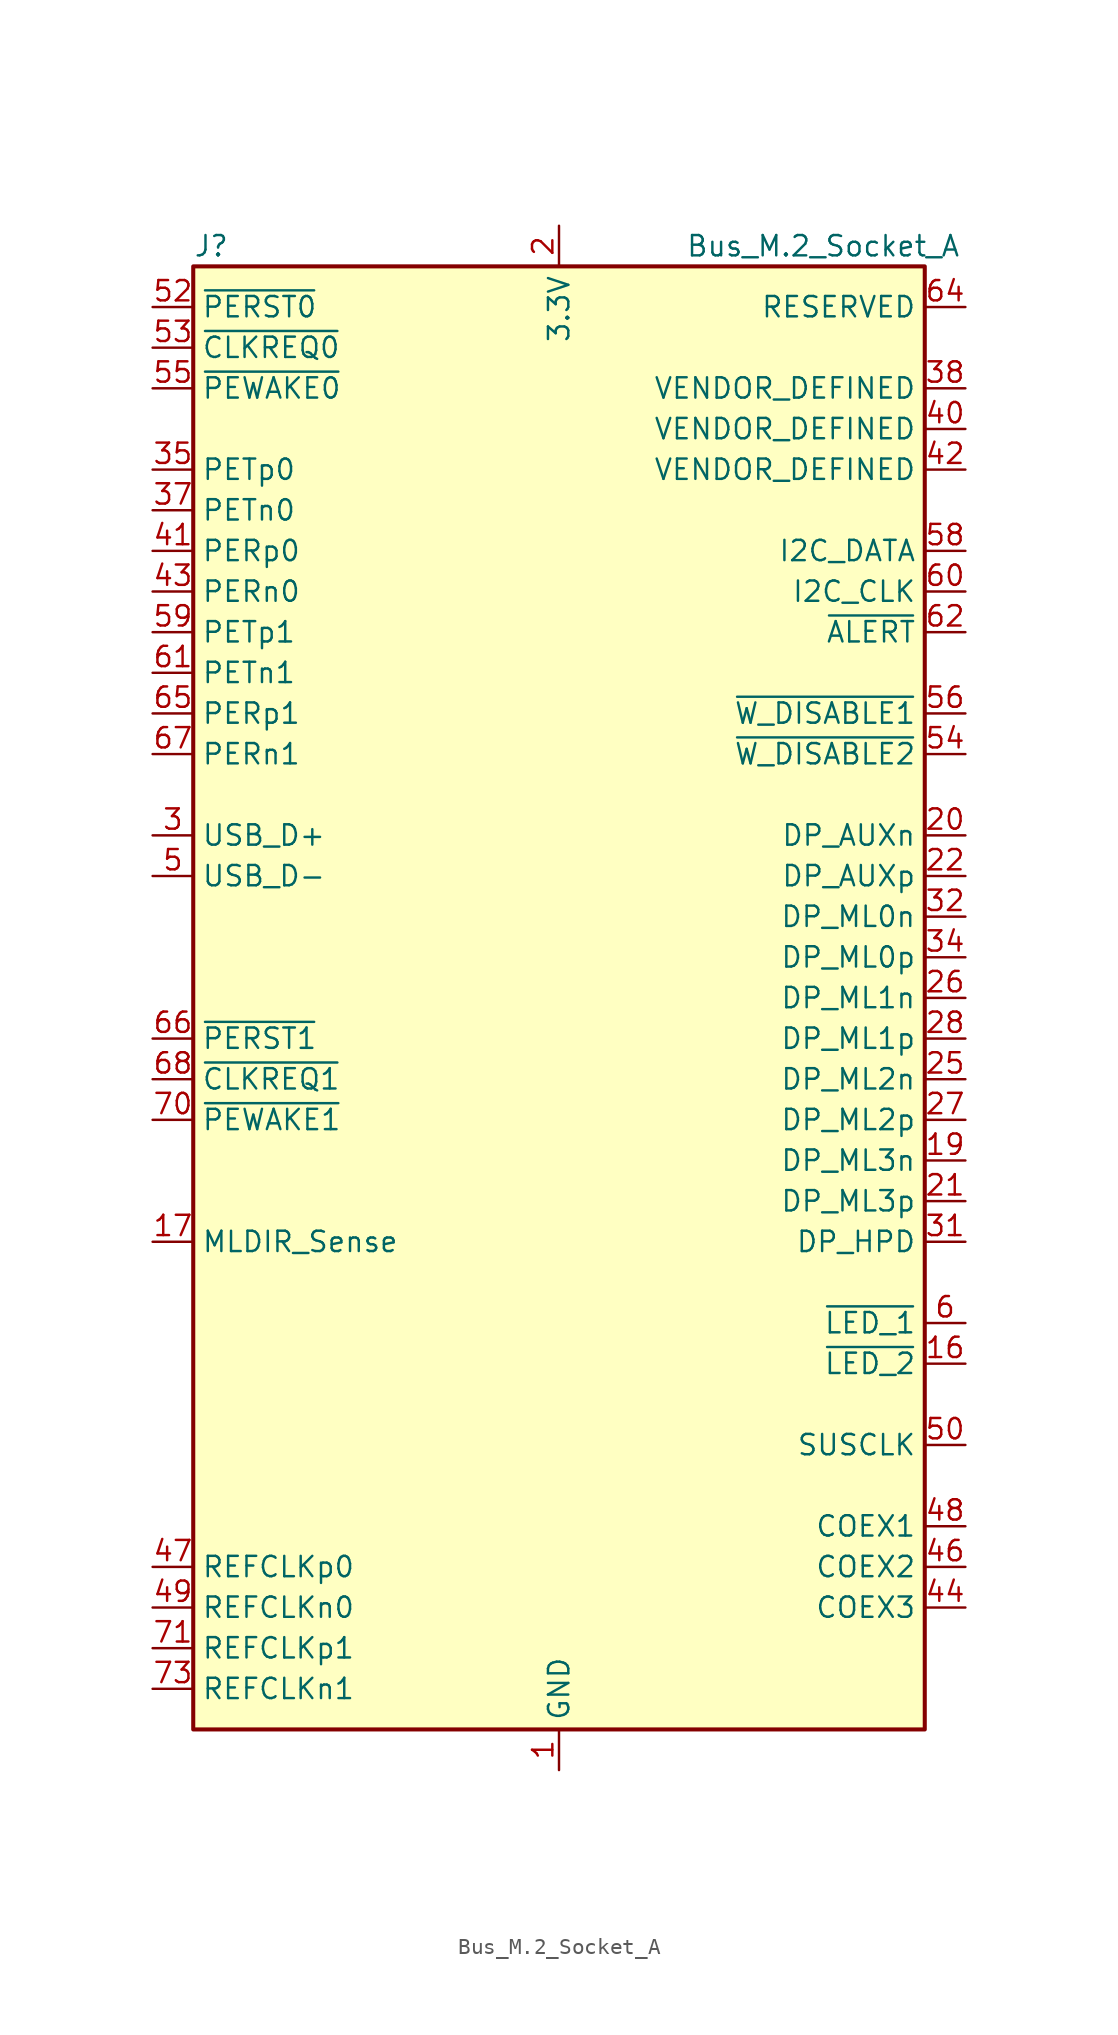
<source format=kicad_sym>
(kicad_symbol_lib
  (version 20220914)
  (generator kicad_symbol_editor)
  (symbol "Bus_M.2_Socket_A"
    (property "Reference" "J"
      (at -22.86 46.99 0)
      (effects (font (size 1.27 1.27)) (justify left)))
    (property "Value" "Bus_M.2_Socket_A"
      (at 16.51 46.99 0)
      (effects (font (size 1.27 1.27))))
    (symbol "Bus_M.2_Socket_A_0_1"
      (rectangle (start -22.86 45.72) (end 22.86 -45.72) (stroke (width 0.254) (type solid)) (fill (type background))))
    (symbol "Bus_M.2_Socket_A_1_1"
      (pin power_in line (at 0 -48.26 90) (length 2.54) (name "GND" (effects (font (size 1.27 1.27)))) (number "1" (effects (font (size 1.27 1.27)))))
      (pin open_collector line (at 25.4 -22.86 180) (length 2.54) (name "~{LED_2}" (effects (font (size 1.27 1.27)))) (number "16" (effects (font (size 1.27 1.27)))))
      (pin input line (at -25.4 -15.24 0) (length 2.54) (name "MLDIR_Sense" (effects (font (size 1.27 1.27)))) (number "17" (effects (font (size 1.27 1.27)))))
      (pin passive line (at 0 -48.26 90) (length 2.54) hide (name "GND" (effects (font (size 1.27 1.27)))) (number "18" (effects (font (size 1.27 1.27)))))
      (pin bidirectional line (at 25.4 -10.16 180) (length 2.54) (name "DP_ML3n" (effects (font (size 1.27 1.27)))) (number "19" (effects (font (size 1.27 1.27)))))
      (pin power_in line (at 0 48.26 270) (length 2.54) (name "3.3V" (effects (font (size 1.27 1.27)))) (number "2" (effects (font (size 1.27 1.27)))))
      (pin bidirectional line (at 25.4 10.16 180) (length 2.54) (name "DP_AUXn" (effects (font (size 1.27 1.27)))) (number "20" (effects (font (size 1.27 1.27)))))
      (pin bidirectional line (at 25.4 -12.7 180) (length 2.54) (name "DP_ML3p" (effects (font (size 1.27 1.27)))) (number "21" (effects (font (size 1.27 1.27)))))
      (pin bidirectional line (at 25.4 7.62 180) (length 2.54) (name "DP_AUXp" (effects (font (size 1.27 1.27)))) (number "22" (effects (font (size 1.27 1.27)))))
      (pin passive line (at 0 -48.26 90) (length 2.54) hide (name "GND" (effects (font (size 1.27 1.27)))) (number "23" (effects (font (size 1.27 1.27)))))
      (pin passive line (at 0 -48.26 90) (length 2.54) hide (name "GND" (effects (font (size 1.27 1.27)))) (number "24" (effects (font (size 1.27 1.27)))))
      (pin bidirectional line (at 25.4 -5.08 180) (length 2.54) (name "DP_ML2n" (effects (font (size 1.27 1.27)))) (number "25" (effects (font (size 1.27 1.27)))))
      (pin bidirectional line (at 25.4 0 180) (length 2.54) (name "DP_ML1n" (effects (font (size 1.27 1.27)))) (number "26" (effects (font (size 1.27 1.27)))))
      (pin bidirectional line (at 25.4 -7.62 180) (length 2.54) (name "DP_ML2p" (effects (font (size 1.27 1.27)))) (number "27" (effects (font (size 1.27 1.27)))))
      (pin bidirectional line (at 25.4 -2.54 180) (length 2.54) (name "DP_ML1p" (effects (font (size 1.27 1.27)))) (number "28" (effects (font (size 1.27 1.27)))))
      (pin passive line (at 0 -48.26 90) (length 2.54) hide (name "GND" (effects (font (size 1.27 1.27)))) (number "29" (effects (font (size 1.27 1.27)))))
      (pin bidirectional line (at -25.4 10.16 0) (length 2.54) (name "USB_D+" (effects (font (size 1.27 1.27)))) (number "3" (effects (font (size 1.27 1.27)))))
      (pin passive line (at 0 -48.26 90) (length 2.54) hide (name "GND" (effects (font (size 1.27 1.27)))) (number "30" (effects (font (size 1.27 1.27)))))
      (pin bidirectional line (at 25.4 -15.24 180) (length 2.54) (name "DP_HPD" (effects (font (size 1.27 1.27)))) (number "31" (effects (font (size 1.27 1.27)))))
      (pin bidirectional line (at 25.4 5.08 180) (length 2.54) (name "DP_ML0n" (effects (font (size 1.27 1.27)))) (number "32" (effects (font (size 1.27 1.27)))))
      (pin passive line (at 0 -48.26 90) (length 2.54) hide (name "GND" (effects (font (size 1.27 1.27)))) (number "33" (effects (font (size 1.27 1.27)))))
      (pin bidirectional line (at 25.4 2.54 180) (length 2.54) (name "DP_ML0p" (effects (font (size 1.27 1.27)))) (number "34" (effects (font (size 1.27 1.27)))))
      (pin output line (at -25.4 33.02 0) (length 2.54) (name "PETp0" (effects (font (size 1.27 1.27)))) (number "35" (effects (font (size 1.27 1.27)))))
      (pin passive line (at 0 -48.26 90) (length 2.54) hide (name "GND" (effects (font (size 1.27 1.27)))) (number "36" (effects (font (size 1.27 1.27)))))
      (pin output line (at -25.4 30.48 0) (length 2.54) (name "PETn0" (effects (font (size 1.27 1.27)))) (number "37" (effects (font (size 1.27 1.27)))))
      (pin passive line (at 25.4 38.1 180) (length 2.54) (name "VENDOR_DEFINED" (effects (font (size 1.27 1.27)))) (number "38" (effects (font (size 1.27 1.27)))))
      (pin passive line (at 0 -48.26 90) (length 2.54) hide (name "GND" (effects (font (size 1.27 1.27)))) (number "39" (effects (font (size 1.27 1.27)))))
      (pin passive line (at 0 48.26 270) (length 2.54) hide (name "3.3V" (effects (font (size 1.27 1.27)))) (number "4" (effects (font (size 1.27 1.27)))))
      (pin passive line (at 25.4 35.56 180) (length 2.54) (name "VENDOR_DEFINED" (effects (font (size 1.27 1.27)))) (number "40" (effects (font (size 1.27 1.27)))))
      (pin input line (at -25.4 27.94 0) (length 2.54) (name "PERp0" (effects (font (size 1.27 1.27)))) (number "41" (effects (font (size 1.27 1.27)))))
      (pin passive line (at 25.4 33.02 180) (length 2.54) (name "VENDOR_DEFINED" (effects (font (size 1.27 1.27)))) (number "42" (effects (font (size 1.27 1.27)))))
      (pin input line (at -25.4 25.4 0) (length 2.54) (name "PERn0" (effects (font (size 1.27 1.27)))) (number "43" (effects (font (size 1.27 1.27)))))
      (pin bidirectional line (at 25.4 -38.1 180) (length 2.54) (name "COEX3" (effects (font (size 1.27 1.27)))) (number "44" (effects (font (size 1.27 1.27)))))
      (pin passive line (at 0 -48.26 90) (length 2.54) hide (name "GND" (effects (font (size 1.27 1.27)))) (number "45" (effects (font (size 1.27 1.27)))))
      (pin bidirectional line (at 25.4 -35.56 180) (length 2.54) (name "COEX2" (effects (font (size 1.27 1.27)))) (number "46" (effects (font (size 1.27 1.27)))))
      (pin output line (at -25.4 -35.56 0) (length 2.54) (name "REFCLKp0" (effects (font (size 1.27 1.27)))) (number "47" (effects (font (size 1.27 1.27)))))
      (pin bidirectional line (at 25.4 -33.02 180) (length 2.54) (name "COEX1" (effects (font (size 1.27 1.27)))) (number "48" (effects (font (size 1.27 1.27)))))
      (pin output line (at -25.4 -38.1 0) (length 2.54) (name "REFCLKn0" (effects (font (size 1.27 1.27)))) (number "49" (effects (font (size 1.27 1.27)))))
      (pin bidirectional line (at -25.4 7.62 0) (length 2.54) (name "USB_D-" (effects (font (size 1.27 1.27)))) (number "5" (effects (font (size 1.27 1.27)))))
      (pin output line (at 25.4 -27.94 180) (length 2.54) (name "SUSCLK" (effects (font (size 1.27 1.27)))) (number "50" (effects (font (size 1.27 1.27)))))
      (pin passive line (at 0 -48.26 90) (length 2.54) hide (name "GND" (effects (font (size 1.27 1.27)))) (number "51" (effects (font (size 1.27 1.27)))))
      (pin output line (at -25.4 43.18 0) (length 2.54) (name "~{PERST0}" (effects (font (size 1.27 1.27)))) (number "52" (effects (font (size 1.27 1.27)))))
      (pin bidirectional line (at -25.4 40.64 0) (length 2.54) (name "~{CLKREQ0}" (effects (font (size 1.27 1.27)))) (number "53" (effects (font (size 1.27 1.27)))))
      (pin output line (at 25.4 15.24 180) (length 2.54) (name "~{W_DISABLE2}" (effects (font (size 1.27 1.27)))) (number "54" (effects (font (size 1.27 1.27)))))
      (pin bidirectional line (at -25.4 38.1 0) (length 2.54) (name "~{PEWAKE0}" (effects (font (size 1.27 1.27)))) (number "55" (effects (font (size 1.27 1.27)))))
      (pin output line (at 25.4 17.78 180) (length 2.54) (name "~{W_DISABLE1}" (effects (font (size 1.27 1.27)))) (number "56" (effects (font (size 1.27 1.27)))))
      (pin passive line (at 0 -48.26 90) (length 2.54) hide (name "GND" (effects (font (size 1.27 1.27)))) (number "57" (effects (font (size 1.27 1.27)))))
      (pin bidirectional line (at 25.4 27.94 180) (length 2.54) (name "I2C_DATA" (effects (font (size 1.27 1.27)))) (number "58" (effects (font (size 1.27 1.27)))))
      (pin output line (at -25.4 22.86 0) (length 2.54) (name "PETp1" (effects (font (size 1.27 1.27)))) (number "59" (effects (font (size 1.27 1.27)))))
      (pin open_collector line (at 25.4 -20.32 180) (length 2.54) (name "~{LED_1}" (effects (font (size 1.27 1.27)))) (number "6" (effects (font (size 1.27 1.27)))))
      (pin output line (at 25.4 25.4 180) (length 2.54) (name "I2C_CLK" (effects (font (size 1.27 1.27)))) (number "60" (effects (font (size 1.27 1.27)))))
      (pin output line (at -25.4 20.32 0) (length 2.54) (name "PETn1" (effects (font (size 1.27 1.27)))) (number "61" (effects (font (size 1.27 1.27)))))
      (pin input line (at 25.4 22.86 180) (length 2.54) (name "~{ALERT}" (effects (font (size 1.27 1.27)))) (number "62" (effects (font (size 1.27 1.27)))))
      (pin passive line (at 0 -48.26 90) (length 2.54) hide (name "GND" (effects (font (size 1.27 1.27)))) (number "63" (effects (font (size 1.27 1.27)))))
      (pin passive line (at 25.4 43.18 180) (length 2.54) (name "RESERVED" (effects (font (size 1.27 1.27)))) (number "64" (effects (font (size 1.27 1.27)))))
      (pin input line (at -25.4 17.78 0) (length 2.54) (name "PERp1" (effects (font (size 1.27 1.27)))) (number "65" (effects (font (size 1.27 1.27)))))
      (pin output line (at -25.4 -2.54 0) (length 2.54) (name "~{PERST1}" (effects (font (size 1.27 1.27)))) (number "66" (effects (font (size 1.27 1.27)))))
      (pin input line (at -25.4 15.24 0) (length 2.54) (name "PERn1" (effects (font (size 1.27 1.27)))) (number "67" (effects (font (size 1.27 1.27)))))
      (pin bidirectional line (at -25.4 -5.08 0) (length 2.54) (name "~{CLKREQ1}" (effects (font (size 1.27 1.27)))) (number "68" (effects (font (size 1.27 1.27)))))
      (pin passive line (at 0 -48.26 90) (length 2.54) hide (name "GND" (effects (font (size 1.27 1.27)))) (number "69" (effects (font (size 1.27 1.27)))))
      (pin passive line (at 0 -48.26 90) (length 2.54) hide (name "GND" (effects (font (size 1.27 1.27)))) (number "7" (effects (font (size 1.27 1.27)))))
      (pin bidirectional line (at -25.4 -7.62 0) (length 2.54) (name "~{PEWAKE1}" (effects (font (size 1.27 1.27)))) (number "70" (effects (font (size 1.27 1.27)))))
      (pin output line (at -25.4 -40.64 0) (length 2.54) (name "REFCLKp1" (effects (font (size 1.27 1.27)))) (number "71" (effects (font (size 1.27 1.27)))))
      (pin passive line (at 0 48.26 270) (length 2.54) hide (name "3.3V" (effects (font (size 1.27 1.27)))) (number "72" (effects (font (size 1.27 1.27)))))
      (pin output line (at -25.4 -43.18 0) (length 2.54) (name "REFCLKn1" (effects (font (size 1.27 1.27)))) (number "73" (effects (font (size 1.27 1.27)))))
      (pin passive line (at 0 48.26 270) (length 2.54) hide (name "3.3V" (effects (font (size 1.27 1.27)))) (number "74" (effects (font (size 1.27 1.27)))))
      (pin passive line (at 0 -48.26 90) (length 2.54) hide (name "GND" (effects (font (size 1.27 1.27)))) (number "75" (effects (font (size 1.27 1.27))))))))
</source>
